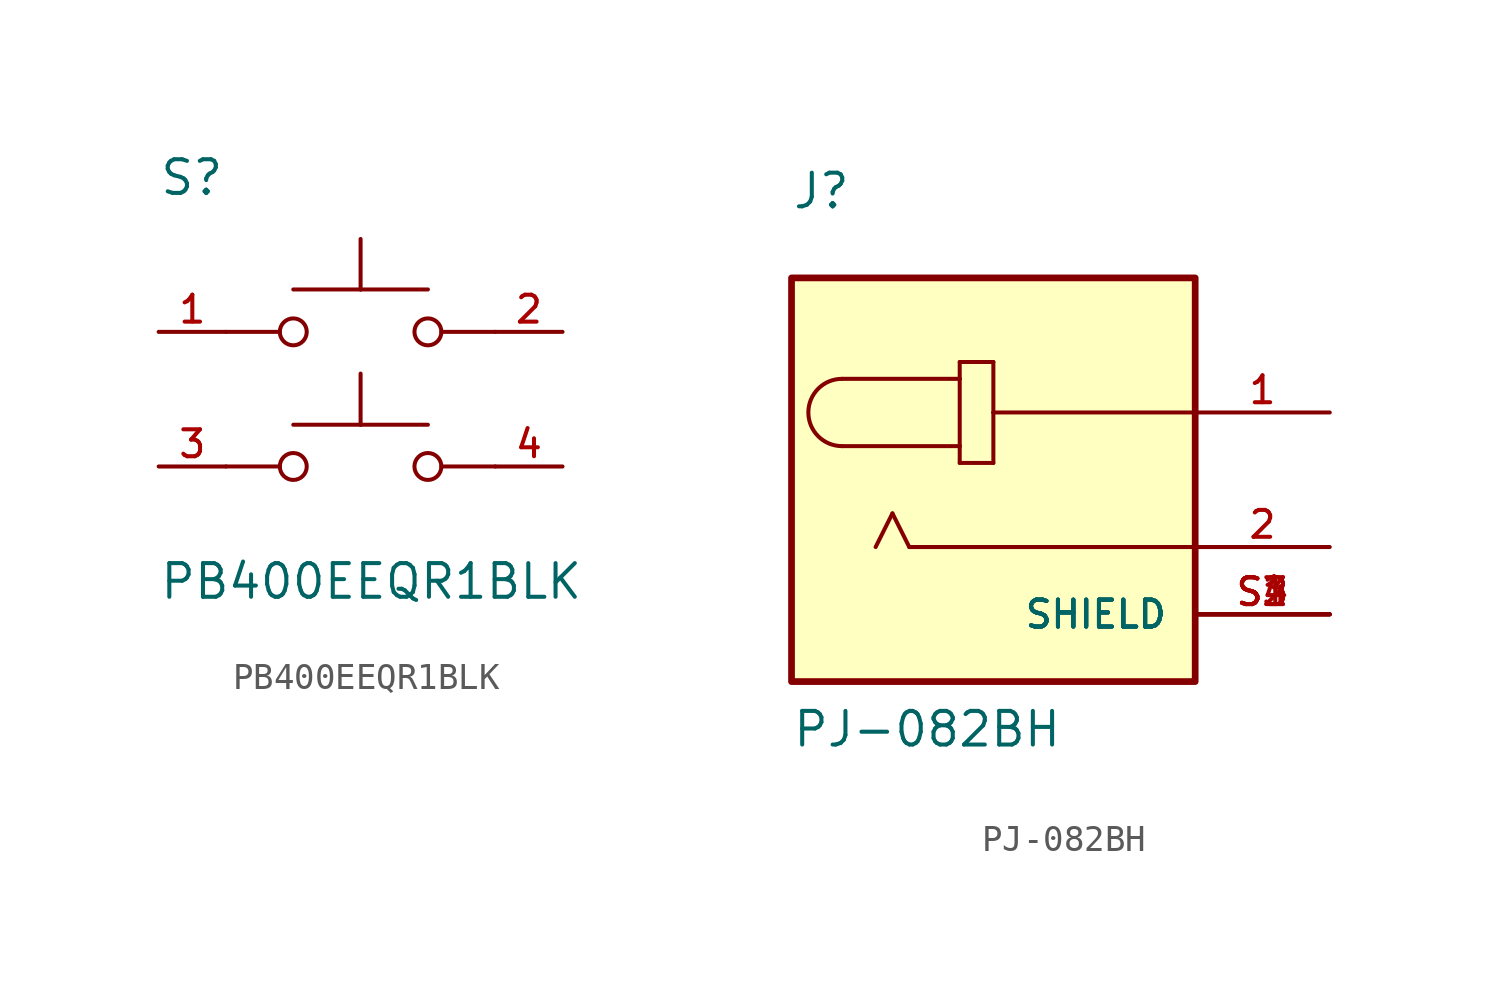
<source format=kicad_sym>
(kicad_symbol_lib
  (version 20220914)
  (generator kicad_symbol_editor)
  (symbol "PB400EEQR1BLK"
    (pin_names
      (offset 1.016) hide)
    (property "Reference" "S"
      (at -7.62 7.62 0)
      (effects (font (size 1.27 1.27)) (justify left bottom)))
    (property "Value" "PB400EEQR1BLK"
      (at -7.62 -7.62 0)
      (effects (font (size 1.27 1.27)) (justify left bottom)))
    (property "ki_locked" ""
      (at 0 0 0)
      (effects (font (size 1.27 1.27))))
    (symbol "PB400EEQR1BLK_0_0"
      (circle (center -2.54 -2.54) (radius 0.508) (stroke (width 0.152) (type default)) (fill (type none)))
      (circle (center -2.54 2.54) (radius 0.508) (stroke (width 0.152) (type default)) (fill (type none)))
      (polyline (pts (xy -5.08 -2.54) (xy -3.048 -2.54)) (stroke (width 0.152) (type default)) (fill (type none)))
      (polyline (pts (xy -5.08 2.54) (xy -3.048 2.54)) (stroke (width 0.152) (type default)) (fill (type none)))
      (polyline (pts (xy -2.54 -0.965) (xy 0 -0.965)) (stroke (width 0.152) (type default)) (fill (type none)))
      (polyline (pts (xy -2.54 4.14) (xy 0 4.14)) (stroke (width 0.152) (type default)) (fill (type none)))
      (polyline (pts (xy 0 -0.965) (xy 0 0.965)) (stroke (width 0.152) (type default)) (fill (type none)))
      (polyline (pts (xy 0 -0.965) (xy 2.54 -0.965)) (stroke (width 0.152) (type default)) (fill (type none)))
      (polyline (pts (xy 0 4.14) (xy 0 6.045)) (stroke (width 0.152) (type default)) (fill (type none)))
      (polyline (pts (xy 0 4.14) (xy 2.54 4.14)) (stroke (width 0.152) (type default)) (fill (type none)))
      (polyline (pts (xy 5.08 -2.54) (xy 3.048 -2.54)) (stroke (width 0.152) (type default)) (fill (type none)))
      (polyline (pts (xy 5.08 2.54) (xy 3.048 2.54)) (stroke (width 0.152) (type default)) (fill (type none)))
      (circle (center 2.54 -2.54) (radius 0.508) (stroke (width 0.152) (type default)) (fill (type none)))
      (circle (center 2.54 2.54) (radius 0.508) (stroke (width 0.152) (type default)) (fill (type none)))
      (pin passive line (at -7.62 2.54 0) (length 2.54) (name "~" (effects (font (size 1.016 1.016)))) (number "1" (effects (font (size 1.016 1.016)))))
      (pin passive line (at 7.62 2.54 180) (length 2.54) (name "~" (effects (font (size 1.016 1.016)))) (number "2" (effects (font (size 1.016 1.016)))))
      (pin passive line (at -7.62 -2.54 0) (length 2.54) (name "~" (effects (font (size 1.016 1.016)))) (number "3" (effects (font (size 1.016 1.016)))))
      (pin passive line (at 7.62 -2.54 180) (length 2.54) (name "~" (effects (font (size 1.016 1.016)))) (number "4" (effects (font (size 1.016 1.016)))))))
  (symbol "PJ-082BH"
    (pin_names
      (offset 1.016))
    (property "Reference" "J"
      (at -7.62 10.16 0)
      (effects (font (size 1.27 1.27)) (justify left bottom)))
    (property "Value" "PJ-082BH"
      (at -7.62 -10.16 0)
      (effects (font (size 1.27 1.27)) (justify left bottom)))
    (property "ki_locked" ""
      (at 0 0 0)
      (effects (font (size 1.27 1.27))))
    (symbol "PJ-082BH_0_0"
      (rectangle (start -7.62 -7.62) (end 7.62 7.62) (stroke (width 0.254) (type default)) (fill (type background)))
      (arc (start -5.715 3.81) (mid -6.9795 2.54) (end -5.715 1.27) (stroke (width 0.1524) (type default)) (fill (type none)))
      (polyline (pts (xy -5.715 3.81) (xy -1.27 3.81)) (stroke (width 0.152) (type default)) (fill (type none)))
      (polyline (pts (xy -3.81 -1.27) (xy -4.445 -2.54)) (stroke (width 0.152) (type default)) (fill (type none)))
      (polyline (pts (xy -3.175 -2.54) (xy -3.81 -1.27)) (stroke (width 0.152) (type default)) (fill (type none)))
      (polyline (pts (xy -1.27 0.635) (xy 0 0.635)) (stroke (width 0.152) (type default)) (fill (type none)))
      (polyline (pts (xy -1.27 1.27) (xy -5.715 1.27)) (stroke (width 0.152) (type default)) (fill (type none)))
      (polyline (pts (xy -1.27 1.27) (xy -1.27 0.635)) (stroke (width 0.152) (type default)) (fill (type none)))
      (polyline (pts (xy -1.27 3.81) (xy -1.27 1.27)) (stroke (width 0.152) (type default)) (fill (type none)))
      (polyline (pts (xy -1.27 4.445) (xy -1.27 3.81)) (stroke (width 0.152) (type default)) (fill (type none)))
      (polyline (pts (xy 0 0.635) (xy 0 2.54)) (stroke (width 0.152) (type default)) (fill (type none)))
      (polyline (pts (xy 0 2.54) (xy 0 4.445)) (stroke (width 0.152) (type default)) (fill (type none)))
      (polyline (pts (xy 0 2.54) (xy 7.62 2.54)) (stroke (width 0.152) (type default)) (fill (type none)))
      (polyline (pts (xy 0 4.445) (xy -1.27 4.445)) (stroke (width 0.152) (type default)) (fill (type none)))
      (polyline (pts (xy 7.62 -2.54) (xy -3.175 -2.54)) (stroke (width 0.152) (type default)) (fill (type none)))
      (pin passive line (at 12.7 2.54 180) (length 5.08) (name "~" (effects (font (size 1.016 1.016)))) (number "1" (effects (font (size 1.016 1.016)))))
      (pin passive line (at 12.7 -2.54 180) (length 5.08) (name "~" (effects (font (size 1.016 1.016)))) (number "2" (effects (font (size 1.016 1.016)))))
      (pin passive line (at 12.7 -5.08 180) (length 5.08) (name "SHIELD" (effects (font (size 1.016 1.016)))) (number "S1" (effects (font (size 1.016 1.016)))))
      (pin passive line (at 12.7 -5.08 180) (length 5.08) (name "SHIELD" (effects (font (size 1.016 1.016)))) (number "S2" (effects (font (size 1.016 1.016)))))
      (pin passive line (at 12.7 -5.08 180) (length 5.08) (name "SHIELD" (effects (font (size 1.016 1.016)))) (number "S3" (effects (font (size 1.016 1.016)))))
      (pin passive line (at 12.7 -5.08 180) (length 5.08) (name "SHIELD" (effects (font (size 1.016 1.016)))) (number "S4" (effects (font (size 1.016 1.016))))))))
</source>
